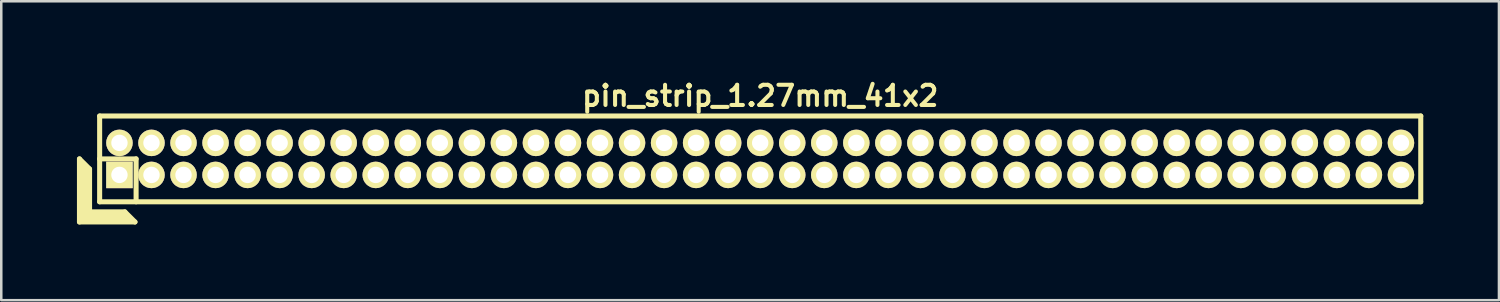
<source format=kicad_pcb>
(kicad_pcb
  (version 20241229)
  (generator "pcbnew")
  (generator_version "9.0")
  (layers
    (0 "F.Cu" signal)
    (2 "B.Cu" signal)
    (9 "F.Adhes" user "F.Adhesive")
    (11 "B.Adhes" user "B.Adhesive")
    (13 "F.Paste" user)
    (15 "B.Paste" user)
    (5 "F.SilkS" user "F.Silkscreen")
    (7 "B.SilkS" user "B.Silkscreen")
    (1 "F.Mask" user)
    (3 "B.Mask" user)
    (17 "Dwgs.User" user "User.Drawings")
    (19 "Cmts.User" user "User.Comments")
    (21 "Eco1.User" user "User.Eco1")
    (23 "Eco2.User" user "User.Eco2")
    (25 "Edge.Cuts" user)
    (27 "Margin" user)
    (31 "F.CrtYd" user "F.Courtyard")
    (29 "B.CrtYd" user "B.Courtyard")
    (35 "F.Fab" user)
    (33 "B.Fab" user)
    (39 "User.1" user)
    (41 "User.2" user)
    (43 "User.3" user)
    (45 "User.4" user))
  (footprint "pin_strip_1.27mm_41x2"
    (layer "F.Cu")
    (at 27.085 3.249)
    (property "Reference" "pin_strip_1.27mm_41x2" (at 0 -2.5 0) (layer "F.SilkS") (effects (font (size 0.8 0.8) (thickness 0.16))))
    (attr through_hole)
    (fp_line (start -26.985 0) (end -26.985 2.5) (stroke (width 0.2) (type solid)) (layer "F.SilkS"))
    (fp_line (start -26.985 0) (end -26.585 0.4) (stroke (width 0.2) (type solid)) (layer "F.SilkS"))
    (fp_line (start -26.985 2.5) (end -24.785 2.5) (stroke (width 0.2) (type solid)) (layer "F.SilkS"))
    (fp_line (start -26.885 2.4) (end -26.885 0.2) (stroke (width 0.2) (type solid)) (layer "F.SilkS"))
    (fp_line (start -26.885 2.4) (end -24.985 2.4) (stroke (width 0.2) (type solid)) (layer "F.SilkS"))
    (fp_line (start -26.785 2.3) (end -26.785 0.3) (stroke (width 0.2) (type solid)) (layer "F.SilkS"))
    (fp_line (start -26.785 2.3) (end -25.085 2.3) (stroke (width 0.2) (type solid)) (layer "F.SilkS"))
    (fp_line (start -26.685 2.2) (end -26.685 0.4) (stroke (width 0.2) (type solid)) (layer "F.SilkS"))
    (fp_line (start -26.685 2.2) (end -25.185 2.2) (stroke (width 0.2) (type solid)) (layer "F.SilkS"))
    (fp_line (start -26.585 2.1) (end -26.585 0.4) (stroke (width 0.2) (type solid)) (layer "F.SilkS"))
    (fp_line (start -26.585 2.1) (end -25.185 2.1) (stroke (width 0.2) (type solid)) (layer "F.SilkS"))
    (fp_line (start -26.19 0) (end -24.74 0) (stroke (width 0.2) (type solid)) (layer "F.SilkS"))
    (fp_line (start -26.185 -1.7) (end 26.185 -1.7) (stroke (width 0.2) (type solid)) (layer "F.SilkS"))
    (fp_line (start -26.185 1.7) (end -26.185 -1.7) (stroke (width 0.2) (type solid)) (layer "F.SilkS"))
    (fp_line (start -25.185 2.1) (end -24.785 2.5) (stroke (width 0.2) (type solid)) (layer "F.SilkS"))
    (fp_line (start -24.74 0) (end -24.74 1.7) (stroke (width 0.2) (type solid)) (layer "F.SilkS"))
    (fp_line (start 26.185 -1.7) (end 26.185 1.7) (stroke (width 0.2) (type solid)) (layer "F.SilkS"))
    (fp_line (start 26.185 1.7) (end -26.185 1.7) (stroke (width 0.2) (type solid)) (layer "F.SilkS"))
    (pad "1" thru_hole rect (at -25.4 0.635) (size 1.05 1.05) (drill 0.65) (layers "*.Cu" "*.Mask" "F.SilkS"))
    (pad "2" thru_hole oval (at -25.4 -0.635) (size 1.05 1.05) (drill 0.65) (layers "*.Cu" "*.Mask" "F.SilkS"))
    (pad "3" thru_hole oval (at -24.13 0.635) (size 1.05 1.05) (drill 0.65) (layers "*.Cu" "*.Mask" "F.SilkS"))
    (pad "4" thru_hole oval (at -24.13 -0.635) (size 1.05 1.05) (drill 0.65) (layers "*.Cu" "*.Mask" "F.SilkS"))
    (pad "5" thru_hole oval (at -22.86 0.635) (size 1.05 1.05) (drill 0.65) (layers "*.Cu" "*.Mask" "F.SilkS"))
    (pad "6" thru_hole oval (at -22.86 -0.635) (size 1.05 1.05) (drill 0.65) (layers "*.Cu" "*.Mask" "F.SilkS"))
    (pad "7" thru_hole oval (at -21.59 0.635) (size 1.05 1.05) (drill 0.65) (layers "*.Cu" "*.Mask" "F.SilkS"))
    (pad "8" thru_hole oval (at -21.59 -0.635) (size 1.05 1.05) (drill 0.65) (layers "*.Cu" "*.Mask" "F.SilkS"))
    (pad "9" thru_hole oval (at -20.32 0.635) (size 1.05 1.05) (drill 0.65) (layers "*.Cu" "*.Mask" "F.SilkS"))
    (pad "10" thru_hole oval (at -20.32 -0.635) (size 1.05 1.05) (drill 0.65) (layers "*.Cu" "*.Mask" "F.SilkS"))
    (pad "11" thru_hole oval (at -19.05 0.635) (size 1.05 1.05) (drill 0.65) (layers "*.Cu" "*.Mask" "F.SilkS"))
    (pad "12" thru_hole oval (at -19.05 -0.635) (size 1.05 1.05) (drill 0.65) (layers "*.Cu" "*.Mask" "F.SilkS"))
    (pad "13" thru_hole oval (at -17.78 0.635) (size 1.05 1.05) (drill 0.65) (layers "*.Cu" "*.Mask" "F.SilkS"))
    (pad "14" thru_hole oval (at -17.78 -0.635) (size 1.05 1.05) (drill 0.65) (layers "*.Cu" "*.Mask" "F.SilkS"))
    (pad "15" thru_hole oval (at -16.51 0.635) (size 1.05 1.05) (drill 0.65) (layers "*.Cu" "*.Mask" "F.SilkS"))
    (pad "16" thru_hole oval (at -16.51 -0.635) (size 1.05 1.05) (drill 0.65) (layers "*.Cu" "*.Mask" "F.SilkS"))
    (pad "17" thru_hole oval (at -15.24 0.635) (size 1.05 1.05) (drill 0.65) (layers "*.Cu" "*.Mask" "F.SilkS"))
    (pad "18" thru_hole oval (at -15.24 -0.635) (size 1.05 1.05) (drill 0.65) (layers "*.Cu" "*.Mask" "F.SilkS"))
    (pad "19" thru_hole oval (at -13.97 0.635) (size 1.05 1.05) (drill 0.65) (layers "*.Cu" "*.Mask" "F.SilkS"))
    (pad "20" thru_hole oval (at -13.97 -0.635) (size 1.05 1.05) (drill 0.65) (layers "*.Cu" "*.Mask" "F.SilkS"))
    (pad "21" thru_hole oval (at -12.7 0.635) (size 1.05 1.05) (drill 0.65) (layers "*.Cu" "*.Mask" "F.SilkS"))
    (pad "22" thru_hole oval (at -12.7 -0.635) (size 1.05 1.05) (drill 0.65) (layers "*.Cu" "*.Mask" "F.SilkS"))
    (pad "23" thru_hole oval (at -11.43 0.635) (size 1.05 1.05) (drill 0.65) (layers "*.Cu" "*.Mask" "F.SilkS"))
    (pad "24" thru_hole oval (at -11.43 -0.635) (size 1.05 1.05) (drill 0.65) (layers "*.Cu" "*.Mask" "F.SilkS"))
    (pad "25" thru_hole oval (at -10.16 0.635) (size 1.05 1.05) (drill 0.65) (layers "*.Cu" "*.Mask" "F.SilkS"))
    (pad "26" thru_hole oval (at -10.16 -0.635) (size 1.05 1.05) (drill 0.65) (layers "*.Cu" "*.Mask" "F.SilkS"))
    (pad "27" thru_hole oval (at -8.89 0.635) (size 1.05 1.05) (drill 0.65) (layers "*.Cu" "*.Mask" "F.SilkS"))
    (pad "28" thru_hole oval (at -8.89 -0.635) (size 1.05 1.05) (drill 0.65) (layers "*.Cu" "*.Mask" "F.SilkS"))
    (pad "29" thru_hole oval (at -7.62 0.635) (size 1.05 1.05) (drill 0.65) (layers "*.Cu" "*.Mask" "F.SilkS"))
    (pad "30" thru_hole oval (at -7.62 -0.635) (size 1.05 1.05) (drill 0.65) (layers "*.Cu" "*.Mask" "F.SilkS"))
    (pad "31" thru_hole oval (at -6.35 0.635) (size 1.05 1.05) (drill 0.65) (layers "*.Cu" "*.Mask" "F.SilkS"))
    (pad "32" thru_hole oval (at -6.35 -0.635) (size 1.05 1.05) (drill 0.65) (layers "*.Cu" "*.Mask" "F.SilkS"))
    (pad "33" thru_hole oval (at -5.08 0.635) (size 1.05 1.05) (drill 0.65) (layers "*.Cu" "*.Mask" "F.SilkS"))
    (pad "34" thru_hole oval (at -5.08 -0.635) (size 1.05 1.05) (drill 0.65) (layers "*.Cu" "*.Mask" "F.SilkS"))
    (pad "35" thru_hole oval (at -3.81 0.635) (size 1.05 1.05) (drill 0.65) (layers "*.Cu" "*.Mask" "F.SilkS"))
    (pad "36" thru_hole oval (at -3.81 -0.635) (size 1.05 1.05) (drill 0.65) (layers "*.Cu" "*.Mask" "F.SilkS"))
    (pad "37" thru_hole oval (at -2.54 0.635) (size 1.05 1.05) (drill 0.65) (layers "*.Cu" "*.Mask" "F.SilkS"))
    (pad "38" thru_hole oval (at -2.54 -0.635) (size 1.05 1.05) (drill 0.65) (layers "*.Cu" "*.Mask" "F.SilkS"))
    (pad "39" thru_hole oval (at -1.27 0.635) (size 1.05 1.05) (drill 0.65) (layers "*.Cu" "*.Mask" "F.SilkS"))
    (pad "40" thru_hole oval (at -1.27 -0.635) (size 1.05 1.05) (drill 0.65) (layers "*.Cu" "*.Mask" "F.SilkS"))
    (pad "41" thru_hole oval (at 0 0.635) (size 1.05 1.05) (drill 0.65) (layers "*.Cu" "*.Mask" "F.SilkS"))
    (pad "42" thru_hole oval (at 0 -0.635) (size 1.05 1.05) (drill 0.65) (layers "*.Cu" "*.Mask" "F.SilkS"))
    (pad "43" thru_hole oval (at 1.27 0.635) (size 1.05 1.05) (drill 0.65) (layers "*.Cu" "*.Mask" "F.SilkS"))
    (pad "44" thru_hole oval (at 1.27 -0.635) (size 1.05 1.05) (drill 0.65) (layers "*.Cu" "*.Mask" "F.SilkS"))
    (pad "45" thru_hole oval (at 2.54 0.635) (size 1.05 1.05) (drill 0.65) (layers "*.Cu" "*.Mask" "F.SilkS"))
    (pad "46" thru_hole oval (at 2.54 -0.635) (size 1.05 1.05) (drill 0.65) (layers "*.Cu" "*.Mask" "F.SilkS"))
    (pad "47" thru_hole oval (at 3.81 0.635) (size 1.05 1.05) (drill 0.65) (layers "*.Cu" "*.Mask" "F.SilkS"))
    (pad "48" thru_hole oval (at 3.81 -0.635) (size 1.05 1.05) (drill 0.65) (layers "*.Cu" "*.Mask" "F.SilkS"))
    (pad "49" thru_hole oval (at 5.08 0.635) (size 1.05 1.05) (drill 0.65) (layers "*.Cu" "*.Mask" "F.SilkS"))
    (pad "50" thru_hole oval (at 5.08 -0.635) (size 1.05 1.05) (drill 0.65) (layers "*.Cu" "*.Mask" "F.SilkS"))
    (pad "51" thru_hole circle (at 6.35 0.635) (size 1.05 1.05) (drill 0.65) (layers "*.Cu" "*.Mask" "F.SilkS"))
    (pad "52" thru_hole oval (at 6.35 -0.635) (size 1.05 1.05) (drill 0.65) (layers "*.Cu" "*.Mask" "F.SilkS"))
    (pad "53" thru_hole oval (at 7.62 0.635) (size 1.05 1.05) (drill 0.65) (layers "*.Cu" "*.Mask" "F.SilkS"))
    (pad "54" thru_hole oval (at 7.62 -0.635) (size 1.05 1.05) (drill 0.65) (layers "*.Cu" "*.Mask" "F.SilkS"))
    (pad "55" thru_hole oval (at 8.89 0.635) (size 1.05 1.05) (drill 0.65) (layers "*.Cu" "*.Mask" "F.SilkS"))
    (pad "56" thru_hole oval (at 8.89 -0.635) (size 1.05 1.05) (drill 0.65) (layers "*.Cu" "*.Mask" "F.SilkS"))
    (pad "57" thru_hole oval (at 10.16 0.635) (size 1.05 1.05) (drill 0.65) (layers "*.Cu" "*.Mask" "F.SilkS"))
    (pad "58" thru_hole oval (at 10.16 -0.635) (size 1.05 1.05) (drill 0.65) (layers "*.Cu" "*.Mask" "F.SilkS"))
    (pad "59" thru_hole oval (at 11.43 0.635) (size 1.05 1.05) (drill 0.65) (layers "*.Cu" "*.Mask" "F.SilkS"))
    (pad "60" thru_hole oval (at 11.43 -0.635) (size 1.05 1.05) (drill 0.65) (layers "*.Cu" "*.Mask" "F.SilkS"))
    (pad "61" thru_hole oval (at 12.7 0.635) (size 1.05 1.05) (drill 0.65) (layers "*.Cu" "*.Mask" "F.SilkS"))
    (pad "62" thru_hole oval (at 12.7 -0.635) (size 1.05 1.05) (drill 0.65) (layers "*.Cu" "*.Mask" "F.SilkS"))
    (pad "63" thru_hole oval (at 13.97 0.635) (size 1.05 1.05) (drill 0.65) (layers "*.Cu" "*.Mask" "F.SilkS"))
    (pad "64" thru_hole oval (at 13.97 -0.635) (size 1.05 1.05) (drill 0.65) (layers "*.Cu" "*.Mask" "F.SilkS"))
    (pad "65" thru_hole oval (at 15.24 0.635) (size 1.05 1.05) (drill 0.65) (layers "*.Cu" "*.Mask" "F.SilkS"))
    (pad "66" thru_hole oval (at 15.24 -0.635) (size 1.05 1.05) (drill 0.65) (layers "*.Cu" "*.Mask" "F.SilkS"))
    (pad "67" thru_hole oval (at 16.51 0.635) (size 1.05 1.05) (drill 0.65) (layers "*.Cu" "*.Mask" "F.SilkS"))
    (pad "68" thru_hole oval (at 16.51 -0.635) (size 1.05 1.05) (drill 0.65) (layers "*.Cu" "*.Mask" "F.SilkS"))
    (pad "69" thru_hole oval (at 17.78 0.635) (size 1.05 1.05) (drill 0.65) (layers "*.Cu" "*.Mask" "F.SilkS"))
    (pad "70" thru_hole oval (at 17.78 -0.635) (size 1.05 1.05) (drill 0.65) (layers "*.Cu" "*.Mask" "F.SilkS"))
    (pad "71" thru_hole oval (at 19.05 0.635) (size 1.05 1.05) (drill 0.65) (layers "*.Cu" "*.Mask" "F.SilkS"))
    (pad "72" thru_hole oval (at 19.05 -0.635) (size 1.05 1.05) (drill 0.65) (layers "*.Cu" "*.Mask" "F.SilkS"))
    (pad "73" thru_hole oval (at 20.32 0.635) (size 1.05 1.05) (drill 0.65) (layers "*.Cu" "*.Mask" "F.SilkS"))
    (pad "74" thru_hole oval (at 20.32 -0.635) (size 1.05 1.05) (drill 0.65) (layers "*.Cu" "*.Mask" "F.SilkS"))
    (pad "75" thru_hole oval (at 21.59 0.635) (size 1.05 1.05) (drill 0.65) (layers "*.Cu" "*.Mask" "F.SilkS"))
    (pad "76" thru_hole oval (at 21.59 -0.635) (size 1.05 1.05) (drill 0.65) (layers "*.Cu" "*.Mask" "F.SilkS"))
    (pad "77" thru_hole oval (at 22.86 0.635) (size 1.05 1.05) (drill 0.65) (layers "*.Cu" "*.Mask" "F.SilkS"))
    (pad "78" thru_hole oval (at 22.86 -0.635) (size 1.05 1.05) (drill 0.65) (layers "*.Cu" "*.Mask" "F.SilkS"))
    (pad "79" thru_hole oval (at 24.13 0.635) (size 1.05 1.05) (drill 0.65) (layers "*.Cu" "*.Mask" "F.SilkS"))
    (pad "80" thru_hole oval (at 24.13 -0.635) (size 1.05 1.05) (drill 0.65) (layers "*.Cu" "*.Mask" "F.SilkS"))
    (pad "81" thru_hole oval (at 25.4 0.635) (size 1.05 1.05) (drill 0.65) (layers "*.Cu" "*.Mask" "F.SilkS"))
    (pad "82" thru_hole oval (at 25.4 -0.635) (size 1.05 1.05) (drill 0.65) (layers "*.Cu" "*.Mask" "F.SilkS")))
  (gr_rect
    (start -3 -3)
    (end 56.37 8.849)
    (stroke (width 0.1) (type default))
    (fill no)
    (layer "Edge.Cuts")))
</source>
